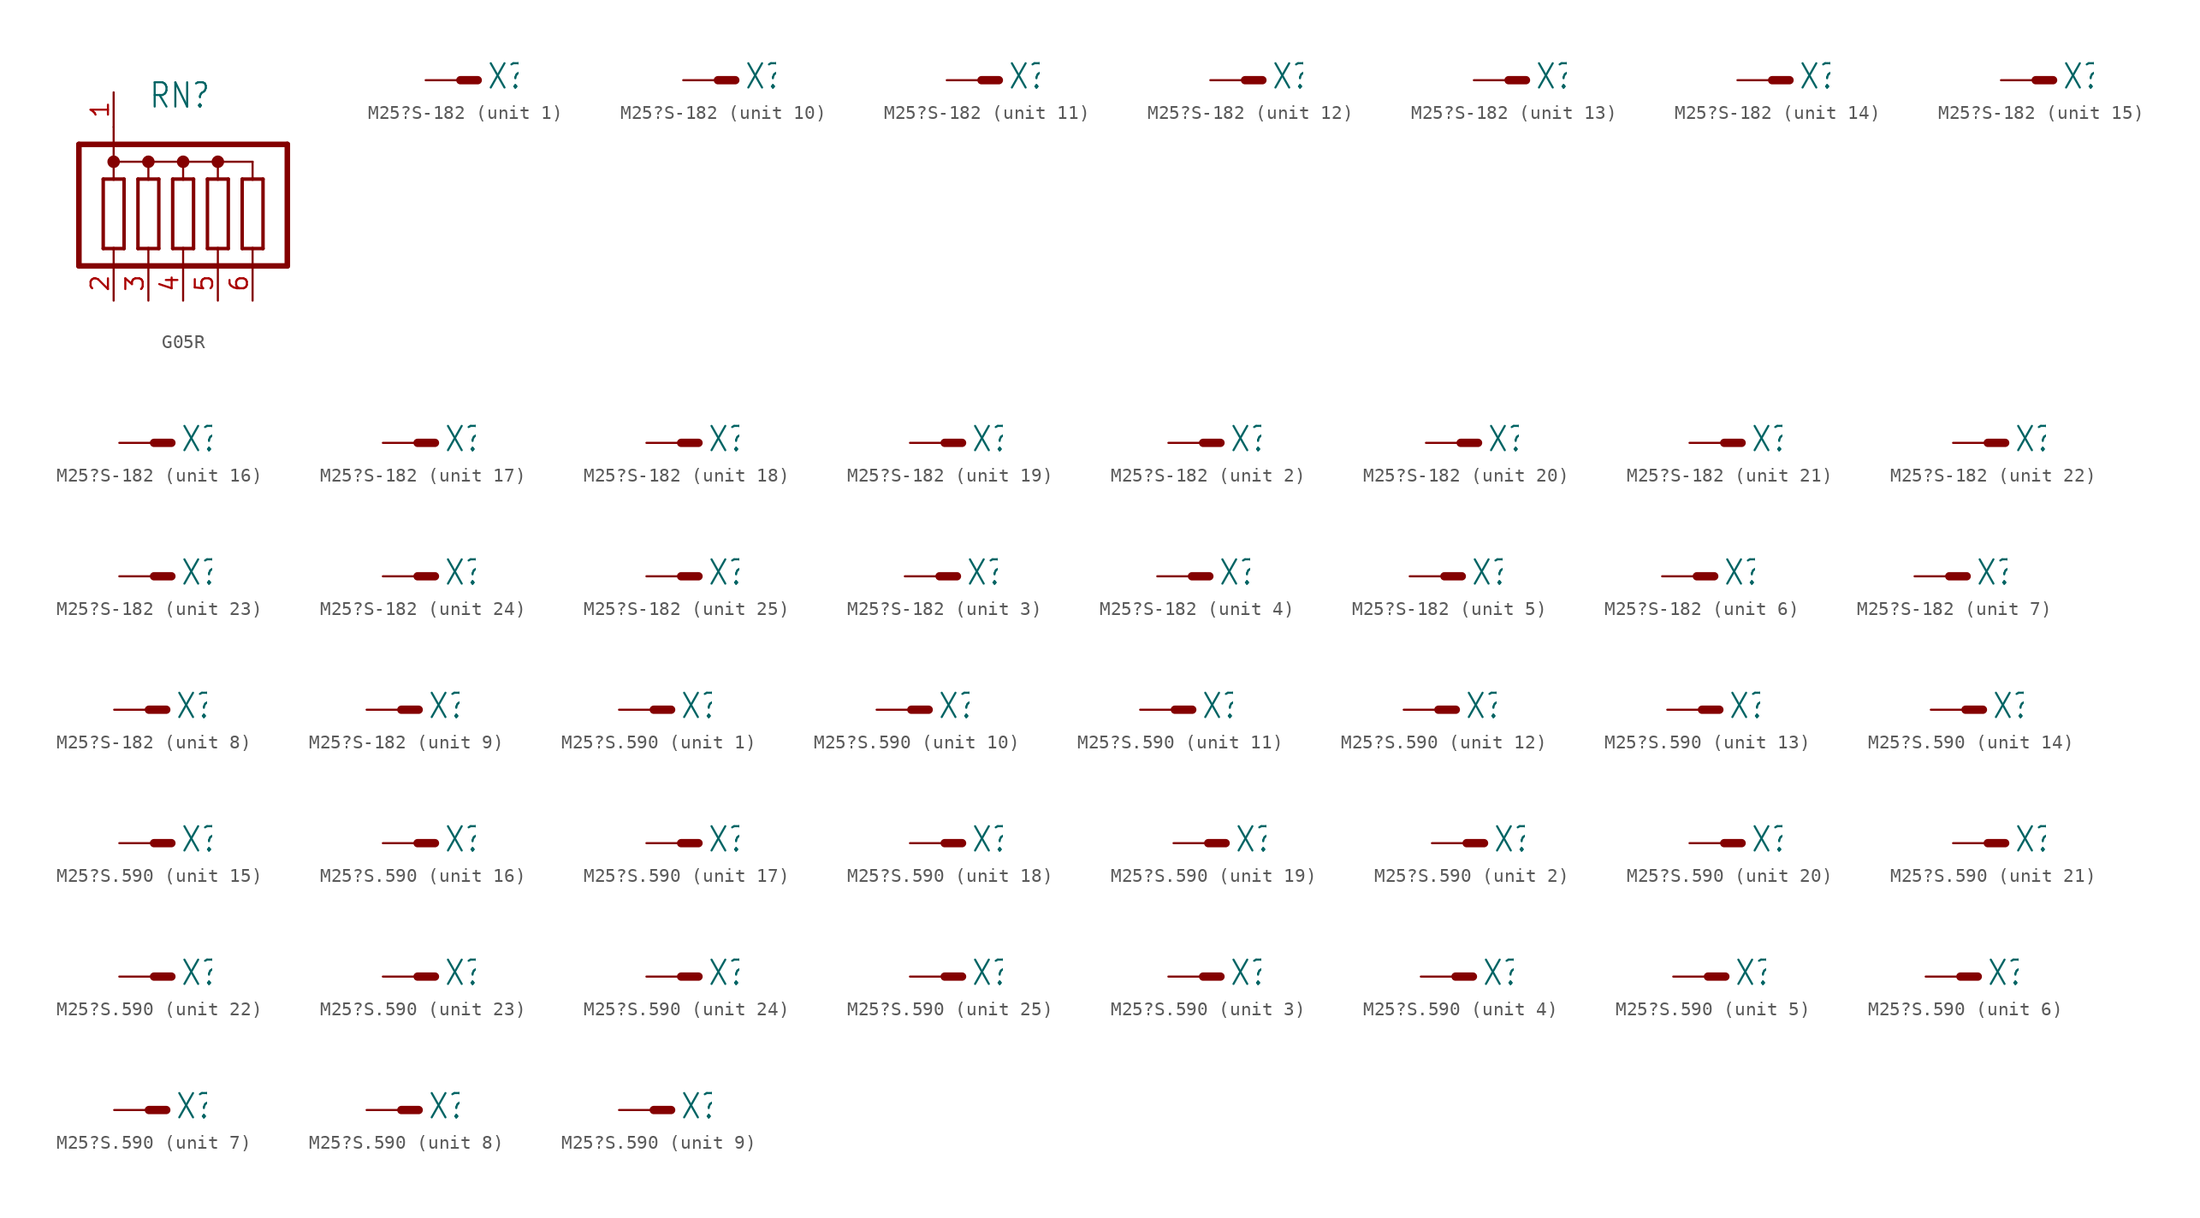
<source format=kicad_sym>
(kicad_symbol_lib
  (version 20220914)
  (generator kicad_symbol_editor)
  (symbol "G05R"
    (property "Reference" "RN"
      (at -2.54 8.89 0)
      (effects (font (size 1.778 1.511)) (justify left bottom)))
    (property "Value" ""
      (at -2.54 6.985 0)
      (effects (font (size 1.778 1.511)) (justify left bottom)))
    (property "ki_locked" ""
      (at 0 0 0)
      (effects (font (size 1.27 1.27))))
    (symbol "G05R_1_0"
      (circle (center -5.08 5.08) (radius 0.254) (stroke (width 0.406) (type solid)) (fill (type none)))
      (circle (center -2.54 5.08) (radius 0.254) (stroke (width 0.406) (type solid)) (fill (type none)))
      (polyline (pts (xy -7.62 -2.54) (xy -7.62 6.35)) (stroke (width 0.406) (type solid)) (fill (type none)))
      (polyline (pts (xy -7.62 -2.54) (xy 7.62 -2.54)) (stroke (width 0.406) (type solid)) (fill (type none)))
      (polyline (pts (xy -7.62 6.35) (xy 7.62 6.35)) (stroke (width 0.406) (type solid)) (fill (type none)))
      (polyline (pts (xy -5.842 -1.27) (xy -5.08 -1.27)) (stroke (width 0.254) (type solid)) (fill (type none)))
      (polyline (pts (xy -5.842 3.81) (xy -5.842 -1.27)) (stroke (width 0.254) (type solid)) (fill (type none)))
      (polyline (pts (xy -5.08 -1.27) (xy -5.08 -2.54)) (stroke (width 0.152) (type solid)) (fill (type none)))
      (polyline (pts (xy -5.08 -1.27) (xy -4.318 -1.27)) (stroke (width 0.254) (type solid)) (fill (type none)))
      (polyline (pts (xy -5.08 3.81) (xy -5.842 3.81)) (stroke (width 0.254) (type solid)) (fill (type none)))
      (polyline (pts (xy -5.08 5.08) (xy -5.08 3.81)) (stroke (width 0.152) (type solid)) (fill (type none)))
      (polyline (pts (xy -5.08 5.08) (xy -5.08 7.62)) (stroke (width 0.152) (type solid)) (fill (type none)))
      (polyline (pts (xy -5.08 5.08) (xy -2.54 5.08)) (stroke (width 0.152) (type solid)) (fill (type none)))
      (polyline (pts (xy -4.318 -1.27) (xy -4.318 3.81)) (stroke (width 0.254) (type solid)) (fill (type none)))
      (polyline (pts (xy -4.318 3.81) (xy -5.08 3.81)) (stroke (width 0.254) (type solid)) (fill (type none)))
      (polyline (pts (xy -3.302 -1.27) (xy -2.54 -1.27)) (stroke (width 0.254) (type solid)) (fill (type none)))
      (polyline (pts (xy -3.302 3.81) (xy -3.302 -1.27)) (stroke (width 0.254) (type solid)) (fill (type none)))
      (polyline (pts (xy -2.54 -2.54) (xy -2.54 -1.27)) (stroke (width 0.152) (type solid)) (fill (type none)))
      (polyline (pts (xy -2.54 -1.27) (xy -1.778 -1.27)) (stroke (width 0.254) (type solid)) (fill (type none)))
      (polyline (pts (xy -2.54 3.81) (xy -3.302 3.81)) (stroke (width 0.254) (type solid)) (fill (type none)))
      (polyline (pts (xy -2.54 5.08) (xy -2.54 3.81)) (stroke (width 0.152) (type solid)) (fill (type none)))
      (polyline (pts (xy -2.54 5.08) (xy 0 5.08)) (stroke (width 0.152) (type solid)) (fill (type none)))
      (polyline (pts (xy -1.778 -1.27) (xy -1.778 3.81)) (stroke (width 0.254) (type solid)) (fill (type none)))
      (polyline (pts (xy -1.778 3.81) (xy -2.54 3.81)) (stroke (width 0.254) (type solid)) (fill (type none)))
      (polyline (pts (xy -0.762 -1.27) (xy 0 -1.27)) (stroke (width 0.254) (type solid)) (fill (type none)))
      (polyline (pts (xy -0.762 3.81) (xy -0.762 -1.27)) (stroke (width 0.254) (type solid)) (fill (type none)))
      (polyline (pts (xy 0 -2.54) (xy 0 -1.27)) (stroke (width 0.152) (type solid)) (fill (type none)))
      (polyline (pts (xy 0 -1.27) (xy 0.762 -1.27)) (stroke (width 0.254) (type solid)) (fill (type none)))
      (polyline (pts (xy 0 3.81) (xy -0.762 3.81)) (stroke (width 0.254) (type solid)) (fill (type none)))
      (polyline (pts (xy 0 5.08) (xy 0 3.81)) (stroke (width 0.152) (type solid)) (fill (type none)))
      (polyline (pts (xy 0 5.08) (xy 2.54 5.08)) (stroke (width 0.152) (type solid)) (fill (type none)))
      (polyline (pts (xy 0.762 -1.27) (xy 0.762 3.81)) (stroke (width 0.254) (type solid)) (fill (type none)))
      (polyline (pts (xy 0.762 3.81) (xy 0 3.81)) (stroke (width 0.254) (type solid)) (fill (type none)))
      (polyline (pts (xy 1.778 -1.27) (xy 2.54 -1.27)) (stroke (width 0.254) (type solid)) (fill (type none)))
      (polyline (pts (xy 1.778 3.81) (xy 1.778 -1.27)) (stroke (width 0.254) (type solid)) (fill (type none)))
      (polyline (pts (xy 2.54 -2.54) (xy 2.54 -1.27)) (stroke (width 0.152) (type solid)) (fill (type none)))
      (polyline (pts (xy 2.54 -1.27) (xy 3.302 -1.27)) (stroke (width 0.254) (type solid)) (fill (type none)))
      (polyline (pts (xy 2.54 3.81) (xy 1.778 3.81)) (stroke (width 0.254) (type solid)) (fill (type none)))
      (polyline (pts (xy 2.54 5.08) (xy 2.54 3.81)) (stroke (width 0.152) (type solid)) (fill (type none)))
      (polyline (pts (xy 2.54 5.08) (xy 5.08 5.08)) (stroke (width 0.152) (type solid)) (fill (type none)))
      (polyline (pts (xy 3.302 -1.27) (xy 3.302 3.81)) (stroke (width 0.254) (type solid)) (fill (type none)))
      (polyline (pts (xy 3.302 3.81) (xy 2.54 3.81)) (stroke (width 0.254) (type solid)) (fill (type none)))
      (polyline (pts (xy 4.318 -1.27) (xy 5.08 -1.27)) (stroke (width 0.254) (type solid)) (fill (type none)))
      (polyline (pts (xy 4.318 3.81) (xy 4.318 -1.27)) (stroke (width 0.254) (type solid)) (fill (type none)))
      (polyline (pts (xy 5.08 -2.54) (xy 5.08 -1.27)) (stroke (width 0.152) (type solid)) (fill (type none)))
      (polyline (pts (xy 5.08 -1.27) (xy 5.842 -1.27)) (stroke (width 0.254) (type solid)) (fill (type none)))
      (polyline (pts (xy 5.08 3.81) (xy 4.318 3.81)) (stroke (width 0.254) (type solid)) (fill (type none)))
      (polyline (pts (xy 5.08 5.08) (xy 5.08 3.81)) (stroke (width 0.152) (type solid)) (fill (type none)))
      (polyline (pts (xy 5.842 -1.27) (xy 5.842 3.81)) (stroke (width 0.254) (type solid)) (fill (type none)))
      (polyline (pts (xy 5.842 3.81) (xy 5.08 3.81)) (stroke (width 0.254) (type solid)) (fill (type none)))
      (polyline (pts (xy 7.62 6.35) (xy 7.62 -2.54)) (stroke (width 0.406) (type solid)) (fill (type none)))
      (circle (center 0 5.08) (radius 0.254) (stroke (width 0.406) (type solid)) (fill (type none)))
      (circle (center 2.54 5.08) (radius 0.254) (stroke (width 0.406) (type solid)) (fill (type none)))
      (pin passive line (at -5.08 10.16 270) (length 2.54) (name "1" (effects (font (size 0 0)))) (number "1" (effects (font (size 1.27 1.27)))))
      (pin passive line (at -5.08 -5.08 90) (length 2.54) (name "2" (effects (font (size 0 0)))) (number "2" (effects (font (size 1.27 1.27)))))
      (pin passive line (at -2.54 -5.08 90) (length 2.54) (name "3" (effects (font (size 0 0)))) (number "3" (effects (font (size 1.27 1.27)))))
      (pin passive line (at 0 -5.08 90) (length 2.54) (name "4" (effects (font (size 0 0)))) (number "4" (effects (font (size 1.27 1.27)))))
      (pin passive line (at 2.54 -5.08 90) (length 2.54) (name "5" (effects (font (size 0 0)))) (number "5" (effects (font (size 1.27 1.27)))))
      (pin passive line (at 5.08 -5.08 90) (length 2.54) (name "6" (effects (font (size 0 0)))) (number "6" (effects (font (size 1.27 1.27)))))))
  (symbol "M25?S-182"
    (property "Reference" "X"
      (at 1.905 -0.762 0)
      (effects (font (size 1.778 1.511)) (justify left bottom)))
    (property "ki_locked" ""
      (at 0 0 0)
      (effects (font (size 1.27 1.27))))
    (symbol "M25?S-182_1_0"
      (polyline (pts (xy 0 0) (xy 1.27 0)) (stroke (width 0.61) (type solid)) (fill (type none)))
      (pin passive line (at -2.54 0 0) (length 2.54) (name "M" (effects (font (size 0 0)))) (number "1" (effects (font (size 0 0))))))
    (symbol "M25?S-182_2_0"
      (polyline (pts (xy 0 0) (xy 1.27 0)) (stroke (width 0.61) (type solid)) (fill (type none)))
      (pin passive line (at -2.54 0 0) (length 2.54) (name "M" (effects (font (size 0 0)))) (number "2" (effects (font (size 0 0))))))
    (symbol "M25?S-182_3_0"
      (polyline (pts (xy 0 0) (xy 1.27 0)) (stroke (width 0.61) (type solid)) (fill (type none)))
      (pin passive line (at -2.54 0 0) (length 2.54) (name "M" (effects (font (size 0 0)))) (number "3" (effects (font (size 0 0))))))
    (symbol "M25?S-182_4_0"
      (polyline (pts (xy 0 0) (xy 1.27 0)) (stroke (width 0.61) (type solid)) (fill (type none)))
      (pin passive line (at -2.54 0 0) (length 2.54) (name "M" (effects (font (size 0 0)))) (number "4" (effects (font (size 0 0))))))
    (symbol "M25?S-182_5_0"
      (polyline (pts (xy 0 0) (xy 1.27 0)) (stroke (width 0.61) (type solid)) (fill (type none)))
      (pin passive line (at -2.54 0 0) (length 2.54) (name "M" (effects (font (size 0 0)))) (number "5" (effects (font (size 0 0))))))
    (symbol "M25?S-182_6_0"
      (polyline (pts (xy 0 0) (xy 1.27 0)) (stroke (width 0.61) (type solid)) (fill (type none)))
      (pin passive line (at -2.54 0 0) (length 2.54) (name "M" (effects (font (size 0 0)))) (number "6" (effects (font (size 0 0))))))
    (symbol "M25?S-182_7_0"
      (polyline (pts (xy 0 0) (xy 1.27 0)) (stroke (width 0.61) (type solid)) (fill (type none)))
      (pin passive line (at -2.54 0 0) (length 2.54) (name "M" (effects (font (size 0 0)))) (number "7" (effects (font (size 0 0))))))
    (symbol "M25?S-182_8_0"
      (polyline (pts (xy 0 0) (xy 1.27 0)) (stroke (width 0.61) (type solid)) (fill (type none)))
      (pin passive line (at -2.54 0 0) (length 2.54) (name "M" (effects (font (size 0 0)))) (number "8" (effects (font (size 0 0))))))
    (symbol "M25?S-182_9_0"
      (polyline (pts (xy 0 0) (xy 1.27 0)) (stroke (width 0.61) (type solid)) (fill (type none)))
      (pin passive line (at -2.54 0 0) (length 2.54) (name "M" (effects (font (size 0 0)))) (number "9" (effects (font (size 0 0))))))
    (symbol "M25?S-182_10_0"
      (polyline (pts (xy 0 0) (xy 1.27 0)) (stroke (width 0.61) (type solid)) (fill (type none)))
      (pin passive line (at -2.54 0 0) (length 2.54) (name "M" (effects (font (size 0 0)))) (number "10" (effects (font (size 0 0))))))
    (symbol "M25?S-182_11_0"
      (polyline (pts (xy 0 0) (xy 1.27 0)) (stroke (width 0.61) (type solid)) (fill (type none)))
      (pin passive line (at -2.54 0 0) (length 2.54) (name "M" (effects (font (size 0 0)))) (number "11" (effects (font (size 0 0))))))
    (symbol "M25?S-182_12_0"
      (polyline (pts (xy 0 0) (xy 1.27 0)) (stroke (width 0.61) (type solid)) (fill (type none)))
      (pin passive line (at -2.54 0 0) (length 2.54) (name "M" (effects (font (size 0 0)))) (number "12" (effects (font (size 0 0))))))
    (symbol "M25?S-182_13_0"
      (polyline (pts (xy 0 0) (xy 1.27 0)) (stroke (width 0.61) (type solid)) (fill (type none)))
      (pin passive line (at -2.54 0 0) (length 2.54) (name "M" (effects (font (size 0 0)))) (number "13" (effects (font (size 0 0))))))
    (symbol "M25?S-182_14_0"
      (polyline (pts (xy 0 0) (xy 1.27 0)) (stroke (width 0.61) (type solid)) (fill (type none)))
      (pin passive line (at -2.54 0 0) (length 2.54) (name "M" (effects (font (size 0 0)))) (number "14" (effects (font (size 0 0))))))
    (symbol "M25?S-182_15_0"
      (polyline (pts (xy 0 0) (xy 1.27 0)) (stroke (width 0.61) (type solid)) (fill (type none)))
      (pin passive line (at -2.54 0 0) (length 2.54) (name "M" (effects (font (size 0 0)))) (number "15" (effects (font (size 0 0))))))
    (symbol "M25?S-182_16_0"
      (polyline (pts (xy 0 0) (xy 1.27 0)) (stroke (width 0.61) (type solid)) (fill (type none)))
      (pin passive line (at -2.54 0 0) (length 2.54) (name "M" (effects (font (size 0 0)))) (number "16" (effects (font (size 0 0))))))
    (symbol "M25?S-182_17_0"
      (polyline (pts (xy 0 0) (xy 1.27 0)) (stroke (width 0.61) (type solid)) (fill (type none)))
      (pin passive line (at -2.54 0 0) (length 2.54) (name "M" (effects (font (size 0 0)))) (number "17" (effects (font (size 0 0))))))
    (symbol "M25?S-182_18_0"
      (polyline (pts (xy 0 0) (xy 1.27 0)) (stroke (width 0.61) (type solid)) (fill (type none)))
      (pin passive line (at -2.54 0 0) (length 2.54) (name "M" (effects (font (size 0 0)))) (number "18" (effects (font (size 0 0))))))
    (symbol "M25?S-182_19_0"
      (polyline (pts (xy 0 0) (xy 1.27 0)) (stroke (width 0.61) (type solid)) (fill (type none)))
      (pin passive line (at -2.54 0 0) (length 2.54) (name "M" (effects (font (size 0 0)))) (number "19" (effects (font (size 0 0))))))
    (symbol "M25?S-182_20_0"
      (polyline (pts (xy 0 0) (xy 1.27 0)) (stroke (width 0.61) (type solid)) (fill (type none)))
      (pin passive line (at -2.54 0 0) (length 2.54) (name "M" (effects (font (size 0 0)))) (number "20" (effects (font (size 0 0))))))
    (symbol "M25?S-182_21_0"
      (polyline (pts (xy 0 0) (xy 1.27 0)) (stroke (width 0.61) (type solid)) (fill (type none)))
      (pin passive line (at -2.54 0 0) (length 2.54) (name "M" (effects (font (size 0 0)))) (number "21" (effects (font (size 0 0))))))
    (symbol "M25?S-182_22_0"
      (polyline (pts (xy 0 0) (xy 1.27 0)) (stroke (width 0.61) (type solid)) (fill (type none)))
      (pin passive line (at -2.54 0 0) (length 2.54) (name "M" (effects (font (size 0 0)))) (number "22" (effects (font (size 0 0))))))
    (symbol "M25?S-182_23_0"
      (polyline (pts (xy 0 0) (xy 1.27 0)) (stroke (width 0.61) (type solid)) (fill (type none)))
      (pin passive line (at -2.54 0 0) (length 2.54) (name "M" (effects (font (size 0 0)))) (number "23" (effects (font (size 0 0))))))
    (symbol "M25?S-182_24_0"
      (polyline (pts (xy 0 0) (xy 1.27 0)) (stroke (width 0.61) (type solid)) (fill (type none)))
      (pin passive line (at -2.54 0 0) (length 2.54) (name "M" (effects (font (size 0 0)))) (number "24" (effects (font (size 0 0))))))
    (symbol "M25?S-182_25_0"
      (polyline (pts (xy 0 0) (xy 1.27 0)) (stroke (width 0.61) (type solid)) (fill (type none)))
      (pin passive line (at -2.54 0 0) (length 2.54) (name "M" (effects (font (size 0 0)))) (number "25" (effects (font (size 0 0)))))))
  (symbol "M25?S.590"
    (property "Reference" "X"
      (at 1.905 -0.762 0)
      (effects (font (size 1.778 1.511)) (justify left bottom)))
    (property "ki_locked" ""
      (at 0 0 0)
      (effects (font (size 1.27 1.27))))
    (symbol "M25?S.590_1_0"
      (polyline (pts (xy 0 0) (xy 1.27 0)) (stroke (width 0.61) (type solid)) (fill (type none)))
      (pin passive line (at -2.54 0 0) (length 2.54) (name "M" (effects (font (size 0 0)))) (number "1" (effects (font (size 0 0))))))
    (symbol "M25?S.590_2_0"
      (polyline (pts (xy 0 0) (xy 1.27 0)) (stroke (width 0.61) (type solid)) (fill (type none)))
      (pin passive line (at -2.54 0 0) (length 2.54) (name "M" (effects (font (size 0 0)))) (number "2" (effects (font (size 0 0))))))
    (symbol "M25?S.590_3_0"
      (polyline (pts (xy 0 0) (xy 1.27 0)) (stroke (width 0.61) (type solid)) (fill (type none)))
      (pin passive line (at -2.54 0 0) (length 2.54) (name "M" (effects (font (size 0 0)))) (number "3" (effects (font (size 0 0))))))
    (symbol "M25?S.590_4_0"
      (polyline (pts (xy 0 0) (xy 1.27 0)) (stroke (width 0.61) (type solid)) (fill (type none)))
      (pin passive line (at -2.54 0 0) (length 2.54) (name "M" (effects (font (size 0 0)))) (number "4" (effects (font (size 0 0))))))
    (symbol "M25?S.590_5_0"
      (polyline (pts (xy 0 0) (xy 1.27 0)) (stroke (width 0.61) (type solid)) (fill (type none)))
      (pin passive line (at -2.54 0 0) (length 2.54) (name "M" (effects (font (size 0 0)))) (number "5" (effects (font (size 0 0))))))
    (symbol "M25?S.590_6_0"
      (polyline (pts (xy 0 0) (xy 1.27 0)) (stroke (width 0.61) (type solid)) (fill (type none)))
      (pin passive line (at -2.54 0 0) (length 2.54) (name "M" (effects (font (size 0 0)))) (number "6" (effects (font (size 0 0))))))
    (symbol "M25?S.590_7_0"
      (polyline (pts (xy 0 0) (xy 1.27 0)) (stroke (width 0.61) (type solid)) (fill (type none)))
      (pin passive line (at -2.54 0 0) (length 2.54) (name "M" (effects (font (size 0 0)))) (number "7" (effects (font (size 0 0))))))
    (symbol "M25?S.590_8_0"
      (polyline (pts (xy 0 0) (xy 1.27 0)) (stroke (width 0.61) (type solid)) (fill (type none)))
      (pin passive line (at -2.54 0 0) (length 2.54) (name "M" (effects (font (size 0 0)))) (number "8" (effects (font (size 0 0))))))
    (symbol "M25?S.590_9_0"
      (polyline (pts (xy 0 0) (xy 1.27 0)) (stroke (width 0.61) (type solid)) (fill (type none)))
      (pin passive line (at -2.54 0 0) (length 2.54) (name "M" (effects (font (size 0 0)))) (number "9" (effects (font (size 0 0))))))
    (symbol "M25?S.590_10_0"
      (polyline (pts (xy 0 0) (xy 1.27 0)) (stroke (width 0.61) (type solid)) (fill (type none)))
      (pin passive line (at -2.54 0 0) (length 2.54) (name "M" (effects (font (size 0 0)))) (number "10" (effects (font (size 0 0))))))
    (symbol "M25?S.590_11_0"
      (polyline (pts (xy 0 0) (xy 1.27 0)) (stroke (width 0.61) (type solid)) (fill (type none)))
      (pin passive line (at -2.54 0 0) (length 2.54) (name "M" (effects (font (size 0 0)))) (number "11" (effects (font (size 0 0))))))
    (symbol "M25?S.590_12_0"
      (polyline (pts (xy 0 0) (xy 1.27 0)) (stroke (width 0.61) (type solid)) (fill (type none)))
      (pin passive line (at -2.54 0 0) (length 2.54) (name "M" (effects (font (size 0 0)))) (number "12" (effects (font (size 0 0))))))
    (symbol "M25?S.590_13_0"
      (polyline (pts (xy 0 0) (xy 1.27 0)) (stroke (width 0.61) (type solid)) (fill (type none)))
      (pin passive line (at -2.54 0 0) (length 2.54) (name "M" (effects (font (size 0 0)))) (number "13" (effects (font (size 0 0))))))
    (symbol "M25?S.590_14_0"
      (polyline (pts (xy 0 0) (xy 1.27 0)) (stroke (width 0.61) (type solid)) (fill (type none)))
      (pin passive line (at -2.54 0 0) (length 2.54) (name "M" (effects (font (size 0 0)))) (number "14" (effects (font (size 0 0))))))
    (symbol "M25?S.590_15_0"
      (polyline (pts (xy 0 0) (xy 1.27 0)) (stroke (width 0.61) (type solid)) (fill (type none)))
      (pin passive line (at -2.54 0 0) (length 2.54) (name "M" (effects (font (size 0 0)))) (number "15" (effects (font (size 0 0))))))
    (symbol "M25?S.590_16_0"
      (polyline (pts (xy 0 0) (xy 1.27 0)) (stroke (width 0.61) (type solid)) (fill (type none)))
      (pin passive line (at -2.54 0 0) (length 2.54) (name "M" (effects (font (size 0 0)))) (number "16" (effects (font (size 0 0))))))
    (symbol "M25?S.590_17_0"
      (polyline (pts (xy 0 0) (xy 1.27 0)) (stroke (width 0.61) (type solid)) (fill (type none)))
      (pin passive line (at -2.54 0 0) (length 2.54) (name "M" (effects (font (size 0 0)))) (number "17" (effects (font (size 0 0))))))
    (symbol "M25?S.590_18_0"
      (polyline (pts (xy 0 0) (xy 1.27 0)) (stroke (width 0.61) (type solid)) (fill (type none)))
      (pin passive line (at -2.54 0 0) (length 2.54) (name "M" (effects (font (size 0 0)))) (number "18" (effects (font (size 0 0))))))
    (symbol "M25?S.590_19_0"
      (polyline (pts (xy 0 0) (xy 1.27 0)) (stroke (width 0.61) (type solid)) (fill (type none)))
      (pin passive line (at -2.54 0 0) (length 2.54) (name "M" (effects (font (size 0 0)))) (number "19" (effects (font (size 0 0))))))
    (symbol "M25?S.590_20_0"
      (polyline (pts (xy 0 0) (xy 1.27 0)) (stroke (width 0.61) (type solid)) (fill (type none)))
      (pin passive line (at -2.54 0 0) (length 2.54) (name "M" (effects (font (size 0 0)))) (number "20" (effects (font (size 0 0))))))
    (symbol "M25?S.590_21_0"
      (polyline (pts (xy 0 0) (xy 1.27 0)) (stroke (width 0.61) (type solid)) (fill (type none)))
      (pin passive line (at -2.54 0 0) (length 2.54) (name "M" (effects (font (size 0 0)))) (number "21" (effects (font (size 0 0))))))
    (symbol "M25?S.590_22_0"
      (polyline (pts (xy 0 0) (xy 1.27 0)) (stroke (width 0.61) (type solid)) (fill (type none)))
      (pin passive line (at -2.54 0 0) (length 2.54) (name "M" (effects (font (size 0 0)))) (number "22" (effects (font (size 0 0))))))
    (symbol "M25?S.590_23_0"
      (polyline (pts (xy 0 0) (xy 1.27 0)) (stroke (width 0.61) (type solid)) (fill (type none)))
      (pin passive line (at -2.54 0 0) (length 2.54) (name "M" (effects (font (size 0 0)))) (number "23" (effects (font (size 0 0))))))
    (symbol "M25?S.590_24_0"
      (polyline (pts (xy 0 0) (xy 1.27 0)) (stroke (width 0.61) (type solid)) (fill (type none)))
      (pin passive line (at -2.54 0 0) (length 2.54) (name "M" (effects (font (size 0 0)))) (number "24" (effects (font (size 0 0))))))
    (symbol "M25?S.590_25_0"
      (polyline (pts (xy 0 0) (xy 1.27 0)) (stroke (width 0.61) (type solid)) (fill (type none)))
      (pin passive line (at -2.54 0 0) (length 2.54) (name "M" (effects (font (size 0 0)))) (number "25" (effects (font (size 0 0))))))))
</source>
